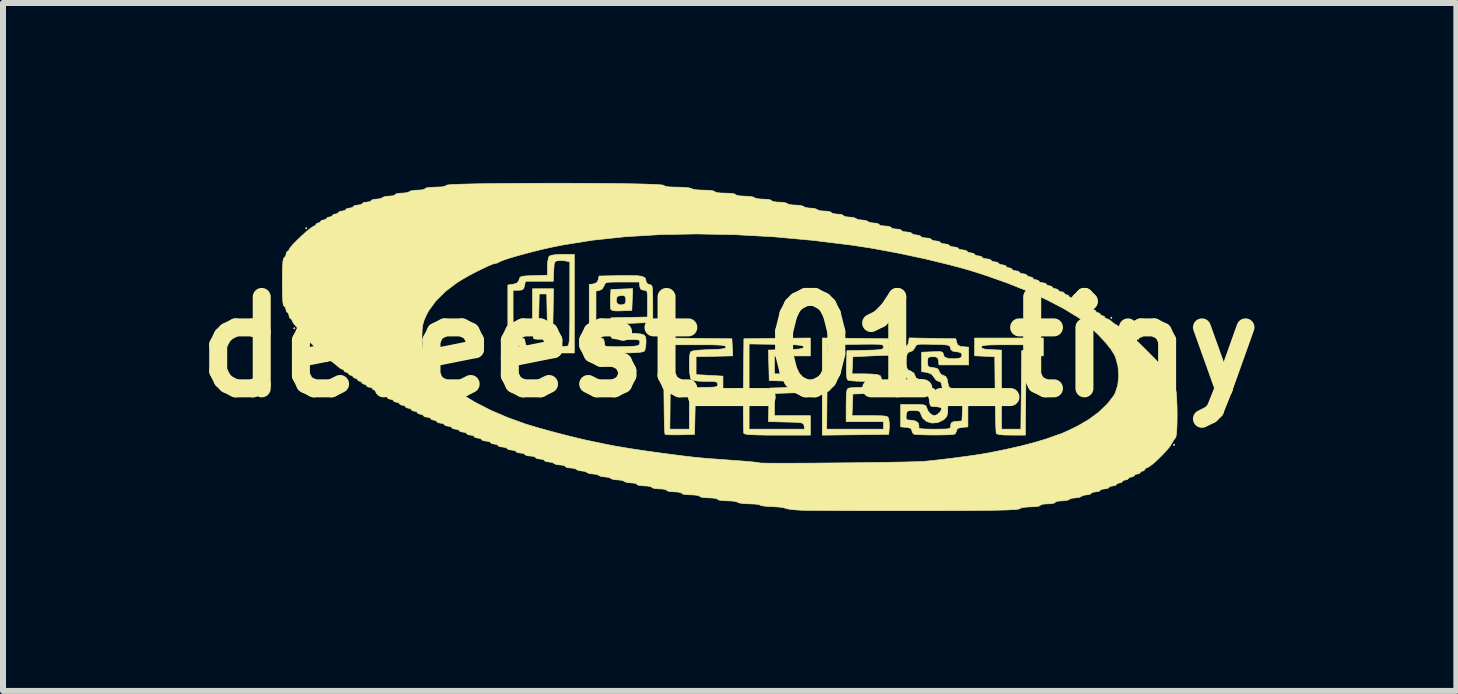
<source format=kicad_pcb>
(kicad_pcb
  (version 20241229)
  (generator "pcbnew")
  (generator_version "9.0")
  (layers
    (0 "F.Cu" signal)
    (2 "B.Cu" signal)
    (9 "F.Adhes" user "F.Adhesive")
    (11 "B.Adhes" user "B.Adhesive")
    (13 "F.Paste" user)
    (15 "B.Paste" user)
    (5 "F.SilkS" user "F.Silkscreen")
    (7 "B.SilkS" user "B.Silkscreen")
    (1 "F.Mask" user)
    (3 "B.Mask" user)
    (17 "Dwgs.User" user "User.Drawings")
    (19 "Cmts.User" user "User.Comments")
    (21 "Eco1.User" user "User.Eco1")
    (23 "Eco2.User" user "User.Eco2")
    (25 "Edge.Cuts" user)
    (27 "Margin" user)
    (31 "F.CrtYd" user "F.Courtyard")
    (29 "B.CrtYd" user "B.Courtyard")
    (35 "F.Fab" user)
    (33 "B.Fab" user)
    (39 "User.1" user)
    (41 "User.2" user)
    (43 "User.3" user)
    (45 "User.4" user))
  (footprint "defeest_01_tiny"
    (layer "F.Cu")
    (at 9.115 2.735)
    (property "Reference" "defeest_01_tiny" (at 0 0 0) (layer "F.SilkS") (effects (font (size 1.524 1.524) (thickness 0.3))))
    (attr through_hole)
    (fp_poly (pts (xy -7.246 -0.311) (xy -7.259 -0.299) (xy -7.271 -0.311) (xy -7.259 -0.324) (xy -7.246 -0.311)) (stroke (width 0.01) (type solid)) (fill yes) (layer "F.SilkS"))
    (fp_poly (pts (xy -7.047 -1.98) (xy -7.06 -1.967) (xy -7.072 -1.98) (xy -7.06 -1.992) (xy -7.047 -1.98)) (stroke (width 0.01) (type solid)) (fill yes) (layer "F.SilkS"))
    (fp_poly (pts (xy -6.699 0.237) (xy -6.711 0.249) (xy -6.724 0.237) (xy -6.711 0.224) (xy -6.699 0.237)) (stroke (width 0.01) (type solid)) (fill yes) (layer "F.SilkS"))
    (fp_poly (pts (xy 6.375 -0.486) (xy 6.362 -0.473) (xy 6.35 -0.486) (xy 6.362 -0.498) (xy 6.375 -0.486)) (stroke (width 0.01) (type solid)) (fill yes) (layer "F.SilkS"))
    (fp_poly (pts (xy 6.574 -0.336) (xy 6.562 -0.324) (xy 6.549 -0.336) (xy 6.562 -0.349) (xy 6.574 -0.336)) (stroke (width 0.01) (type solid)) (fill yes) (layer "F.SilkS"))
    (fp_poly (pts (xy 6.773 -0.187) (xy 6.761 -0.174) (xy 6.748 -0.187) (xy 6.761 -0.199) (xy 6.773 -0.187)) (stroke (width 0.01) (type solid)) (fill yes) (layer "F.SilkS"))
    (fp_poly (pts (xy 6.823 -0.137) (xy 6.811 -0.125) (xy 6.798 -0.137) (xy 6.811 -0.149) (xy 6.823 -0.137)) (stroke (width 0.01) (type solid)) (fill yes) (layer "F.SilkS"))
    (fp_poly (pts (xy 7.222 0.261) (xy 7.209 0.274) (xy 7.197 0.261) (xy 7.209 0.249) (xy 7.222 0.261)) (stroke (width 0.01) (type solid)) (fill yes) (layer "F.SilkS"))
    (fp_poly (pts (xy 7.421 1.631) (xy 7.408 1.644) (xy 7.396 1.631) (xy 7.408 1.619) (xy 7.421 1.631)) (stroke (width 0.01) (type solid)) (fill yes) (layer "F.SilkS"))
    (fp_poly (pts (xy -2.944 -0.554) (xy -2.951 -0.137) (xy -3.101 -0.13) (xy -3.184 -0.129) (xy -3.246 -0.133) (xy -3.269 -0.14) (xy -3.275 -0.17) (xy -3.279 -0.224) (xy -3.189 -0.224) (xy -3.037 -0.224) (xy -3.05 -0.884) (xy -3.175 -0.884) (xy -3.182 -0.554) (xy -3.189 -0.224) (xy -3.279 -0.224) (xy -3.28 -0.24) (xy -3.284 -0.344) (xy -3.287 -0.47) (xy -3.287 -0.564) (xy -3.287 -0.971) (xy -2.937 -0.971) (xy -2.944 -0.554)) (stroke (width 0.01) (type solid)) (fill yes) (layer "F.SilkS"))
    (fp_poly (pts (xy -1.624 -0.792) (xy -1.631 -0.61) (xy -1.8 -0.603) (xy -1.897 -0.601) (xy -1.954 -0.609) (xy -1.98 -0.626) (xy -1.981 -0.63) (xy -1.987 -0.673) (xy -1.989 -0.747) (xy -1.987 -0.812) (xy -1.987 -0.814) (xy -1.888 -0.814) (xy -1.887 -0.743) (xy -1.85 -0.706) (xy -1.799 -0.702) (xy -1.75 -0.716) (xy -1.732 -0.753) (xy -1.731 -0.784) (xy -1.737 -0.837) (xy -1.766 -0.857) (xy -1.805 -0.859) (xy -1.866 -0.847) (xy -1.888 -0.814) (xy -1.987 -0.814) (xy -1.98 -0.959) (xy -1.798 -0.966) (xy -1.616 -0.973) (xy -1.624 -0.792)) (stroke (width 0.01) (type solid)) (fill yes) (layer "F.SilkS"))
    (fp_poly (pts (xy 5.229 0.147) (xy 5.086 0.154) (xy 4.943 0.162) (xy 4.936 0.816) (xy 4.93 1.469) (xy 4.693 1.469) (xy 4.568 1.467) (xy 4.488 1.459) (xy 4.449 1.445) (xy 4.444 1.438) (xy 4.441 1.405) (xy 4.437 1.33) (xy 4.434 1.219) (xy 4.431 1.08) (xy 4.428 0.919) (xy 4.426 0.784) (xy 4.42 0.162) (xy 4.252 0.154) (xy 4.084 0.147) (xy 4.084 0) (xy 4.196 0) (xy 4.208 0.021) (xy 4.25 0.035) (xy 4.33 0.043) (xy 4.364 0.045) (xy 4.532 0.052) (xy 4.532 1.37) (xy 4.855 1.37) (xy 4.862 0.716) (xy 4.868 0.062) (xy 4.993 0.05) (xy 5.074 0.036) (xy 5.113 0.015) (xy 5.117 0) (xy 5.111 -0.013) (xy 5.088 -0.023) (xy 5.042 -0.03) (xy 4.967 -0.034) (xy 4.856 -0.037) (xy 4.704 -0.037) (xy 4.657 -0.037) (xy 4.492 -0.037) (xy 4.371 -0.035) (xy 4.287 -0.031) (xy 4.235 -0.025) (xy 4.206 -0.016) (xy 4.196 -0.004) (xy 4.196 0) (xy 4.084 0) (xy 4.084 -0.149) (xy 5.229 -0.149) (xy 5.229 0.147)) (stroke (width 0.01) (type solid)) (fill yes) (layer "F.SilkS"))
    (fp_poly (pts (xy -2.59 0.1) (xy -3.483 0.1) (xy -3.491 0.031) (xy -3.503 -0.014) (xy -3.535 -0.038) (xy -3.598 -0.05) (xy -3.698 -0.062) (xy -3.698 -0.946) (xy -3.611 -0.946) (xy -3.611 -0.149) (xy -3.511 -0.149) (xy -3.447 -0.146) (xy -3.418 -0.13) (xy -3.412 -0.093) (xy -3.412 -0.089) (xy -3.4 -0.038) (xy -3.38 -0.016) (xy -3.341 -0.011) (xy -3.264 -0.006) (xy -3.162 -0.003) (xy -3.047 -0.002) (xy -2.931 -0.003) (xy -2.828 -0.005) (xy -2.748 -0.009) (xy -2.705 -0.015) (xy -2.704 -0.015) (xy -2.692 -0.024) (xy -2.683 -0.046) (xy -2.676 -0.086) (xy -2.671 -0.148) (xy -2.668 -0.239) (xy -2.666 -0.364) (xy -2.665 -0.528) (xy -2.665 -0.724) (xy -2.665 -1.418) (xy -2.724 -1.433) (xy -2.795 -1.442) (xy -2.854 -1.44) (xy -2.892 -1.433) (xy -2.914 -1.416) (xy -2.926 -1.377) (xy -2.931 -1.305) (xy -2.933 -1.264) (xy -2.941 -1.096) (xy -3.405 -1.096) (xy -3.42 -1.021) (xy -3.437 -0.97) (xy -3.47 -0.95) (xy -3.523 -0.946) (xy -3.611 -0.946) (xy -3.698 -0.946) (xy -3.698 -1.033) (xy -3.612 -1.046) (xy -3.547 -1.065) (xy -3.516 -1.103) (xy -3.511 -1.121) (xy -3.502 -1.15) (xy -3.484 -1.169) (xy -3.447 -1.18) (xy -3.381 -1.186) (xy -3.276 -1.19) (xy -3.267 -1.19) (xy -3.038 -1.197) (xy -3.038 -1.341) (xy -3.033 -1.424) (xy -3.02 -1.489) (xy -3.008 -1.514) (xy -2.966 -1.53) (xy -2.885 -1.541) (xy -2.784 -1.544) (xy -2.59 -1.544) (xy -2.59 0.1)) (stroke (width 0.01) (type solid)) (fill yes) (layer "F.SilkS"))
    (fp_poly (pts (xy 1.345 0.149) (xy 0.747 0.149) (xy 0.747 0.448) (xy 0.971 0.448) (xy 1.077 0.449) (xy 1.144 0.453) (xy 1.181 0.462) (xy 1.2 0.48) (xy 1.209 0.507) (xy 1.217 0.571) (xy 1.216 0.651) (xy 1.216 0.662) (xy 1.208 0.76) (xy 0.747 0.774) (xy 0.747 1.145) (xy 1.345 1.145) (xy 1.345 1.469) (xy 0.796 1.469) (xy 0.606 1.469) (xy 0.461 1.466) (xy 0.356 1.462) (xy 0.287 1.456) (xy 0.248 1.447) (xy 0.235 1.438) (xy 0.233 1.406) (xy 0.232 1.37) (xy 0.324 1.37) (xy 1.249 1.37) (xy 1.241 1.314) (xy 1.235 1.29) (xy 1.22 1.274) (xy 1.187 1.263) (xy 1.128 1.257) (xy 1.034 1.253) (xy 0.939 1.251) (xy 0.646 1.244) (xy 0.66 0.685) (xy 0.89 0.678) (xy 0.999 0.673) (xy 1.067 0.667) (xy 1.104 0.657) (xy 1.118 0.64) (xy 1.121 0.623) (xy 1.116 0.6) (xy 1.096 0.585) (xy 1.052 0.576) (xy 0.974 0.571) (xy 0.89 0.567) (xy 0.66 0.56) (xy 0.646 0.051) (xy 0.939 0.044) (xy 1.067 0.04) (xy 1.153 0.034) (xy 1.204 0.026) (xy 1.228 0.013) (xy 1.233 0) (xy 1.226 -0.014) (xy 1.202 -0.024) (xy 1.154 -0.031) (xy 1.077 -0.037) (xy 0.963 -0.041) (xy 0.806 -0.044) (xy 0.778 -0.044) (xy 0.324 -0.051) (xy 0.324 1.37) (xy 0.232 1.37) (xy 0.231 1.331) (xy 0.229 1.218) (xy 0.228 1.075) (xy 0.228 0.907) (xy 0.229 0.721) (xy 0.23 0.635) (xy 0.237 -0.137) (xy 0.791 -0.144) (xy 1.345 -0.15) (xy 1.345 0.149)) (stroke (width 0.01) (type solid)) (fill yes) (layer "F.SilkS"))
    (fp_poly (pts (xy 0.037 -0.137) (xy 0.052 0.148) (xy -0.254 0.155) (xy -0.56 0.162) (xy -0.56 0.461) (xy -0.336 0.473) (xy -0.112 0.486) (xy -0.112 0.784) (xy -0.342 0.792) (xy -0.571 0.799) (xy -0.578 1.128) (xy -0.585 1.457) (xy -0.823 1.464) (xy -0.927 1.465) (xy -1.012 1.463) (xy -1.066 1.458) (xy -1.078 1.453) (xy -1.082 1.425) (xy -1.085 1.37) (xy -0.997 1.37) (xy -0.672 1.37) (xy -0.672 1.051) (xy -0.67 0.891) (xy -0.663 0.78) (xy -0.65 0.716) (xy -0.642 0.702) (xy -0.6 0.686) (xy -0.517 0.676) (xy -0.406 0.672) (xy -0.304 0.671) (xy -0.243 0.667) (xy -0.211 0.657) (xy -0.2 0.638) (xy -0.199 0.623) (xy -0.203 0.598) (xy -0.222 0.583) (xy -0.265 0.576) (xy -0.342 0.573) (xy -0.406 0.573) (xy -0.521 0.569) (xy -0.603 0.558) (xy -0.642 0.543) (xy -0.656 0.505) (xy -0.666 0.433) (xy -0.671 0.34) (xy -0.672 0.244) (xy -0.668 0.158) (xy -0.658 0.097) (xy -0.652 0.082) (xy -0.616 0.066) (xy -0.53 0.054) (xy -0.395 0.046) (xy -0.348 0.044) (xy -0.222 0.04) (xy -0.138 0.034) (xy -0.088 0.025) (xy -0.066 0.012) (xy -0.062 0) (xy -0.068 -0.013) (xy -0.091 -0.023) (xy -0.137 -0.03) (xy -0.212 -0.034) (xy -0.323 -0.037) (xy -0.476 -0.037) (xy -0.523 -0.037) (xy -0.984 -0.037) (xy -0.99 0.666) (xy -0.997 1.37) (xy -1.085 1.37) (xy -1.086 1.353) (xy -1.09 1.244) (xy -1.092 1.102) (xy -1.094 0.936) (xy -1.096 0.75) (xy -1.096 0.643) (xy -1.096 -0.15) (xy 0.037 -0.137)) (stroke (width 0.01) (type solid)) (fill yes) (layer "F.SilkS"))
    (fp_poly (pts (xy 2.098 -0.144) (xy 2.652 -0.137) (xy 2.652 0.137) (xy 2.353 0.149) (xy 2.054 0.162) (xy 2.047 0.305) (xy 2.039 0.448) (xy 2.26 0.448) (xy 2.382 0.452) (xy 2.467 0.462) (xy 2.51 0.478) (xy 2.51 0.478) (xy 2.528 0.519) (xy 2.539 0.59) (xy 2.54 0.627) (xy 2.538 0.687) (xy 2.527 0.727) (xy 2.499 0.752) (xy 2.446 0.766) (xy 2.358 0.774) (xy 2.241 0.778) (xy 2.054 0.784) (xy 2.047 0.965) (xy 2.04 1.145) (xy 2.339 1.145) (xy 2.465 1.146) (xy 2.551 1.148) (xy 2.603 1.154) (xy 2.632 1.164) (xy 2.646 1.182) (xy 2.653 1.204) (xy 2.661 1.268) (xy 2.661 1.348) (xy 2.66 1.36) (xy 2.652 1.457) (xy 1.544 1.47) (xy 1.544 1.37) (xy 1.618 1.37) (xy 2.565 1.37) (xy 2.565 1.245) (xy 1.942 1.245) (xy 1.942 0.974) (xy 1.944 0.851) (xy 1.948 0.769) (xy 1.956 0.72) (xy 1.97 0.694) (xy 1.982 0.687) (xy 2.024 0.68) (xy 2.101 0.675) (xy 2.199 0.673) (xy 2.231 0.672) (xy 2.333 0.671) (xy 2.395 0.667) (xy 2.427 0.657) (xy 2.439 0.639) (xy 2.44 0.623) (xy 2.437 0.599) (xy 2.419 0.584) (xy 2.377 0.576) (xy 2.302 0.573) (xy 2.223 0.572) (xy 2.12 0.57) (xy 2.036 0.564) (xy 1.982 0.555) (xy 1.972 0.552) (xy 1.956 0.525) (xy 1.948 0.465) (xy 1.946 0.365) (xy 1.948 0.297) (xy 1.955 0.062) (xy 2.26 0.055) (xy 2.388 0.052) (xy 2.474 0.047) (xy 2.526 0.041) (xy 2.554 0.03) (xy 2.564 0.013) (xy 2.565 -0.001) (xy 2.563 -0.019) (xy 2.553 -0.031) (xy 2.527 -0.04) (xy 2.481 -0.045) (xy 2.405 -0.047) (xy 2.296 -0.047) (xy 2.144 -0.045) (xy 2.098 -0.044) (xy 1.631 -0.037) (xy 1.624 0.666) (xy 1.618 1.37) (xy 1.544 1.37) (xy 1.544 -0.15) (xy 2.098 -0.144)) (stroke (width 0.01) (type solid)) (fill yes) (layer "F.SilkS"))
    (fp_poly (pts (xy -1.55 -1.189) (xy -1.473 -1.18) (xy -1.426 -1.163) (xy -1.402 -1.137) (xy -1.395 -1.101) (xy -1.395 -1.094) (xy -1.373 -1.054) (xy -1.338 -1.041) (xy -1.315 -1.036) (xy -1.3 -1.023) (xy -1.29 -0.992) (xy -1.285 -0.937) (xy -1.283 -0.848) (xy -1.282 -0.722) (xy -1.282 -0.411) (xy -1.581 -0.398) (xy -1.88 -0.386) (xy -1.88 -0.237) (xy -1.693 -0.23) (xy -1.567 -0.225) (xy -1.483 -0.217) (xy -1.432 -0.202) (xy -1.406 -0.176) (xy -1.396 -0.134) (xy -1.395 -0.079) (xy -1.4 -0.002) (xy -1.415 0.055) (xy -1.424 0.07) (xy -1.461 0.083) (xy -1.542 0.093) (xy -1.667 0.098) (xy -1.811 0.1) (xy -1.955 0.099) (xy -2.056 0.096) (xy -2.123 0.09) (xy -2.161 0.081) (xy -2.178 0.067) (xy -2.18 0.062) (xy -2.198 0.003) (xy -2.203 -0.012) (xy -2.234 -0.041) (xy -2.278 -0.05) (xy -2.341 -0.05) (xy -2.341 -0.932) (xy -2.229 -0.932) (xy -2.229 -0.162) (xy -2.16 -0.154) (xy -2.108 -0.137) (xy -2.092 -0.097) (xy -2.092 -0.09) (xy -2.085 -0.038) (xy -2.074 -0.016) (xy -2.044 -0.009) (xy -1.974 -0.005) (xy -1.877 -0.004) (xy -1.782 -0.005) (xy -1.662 -0.009) (xy -1.582 -0.014) (xy -1.535 -0.022) (xy -1.511 -0.035) (xy -1.501 -0.055) (xy -1.499 -0.068) (xy -1.497 -0.095) (xy -1.508 -0.112) (xy -1.541 -0.121) (xy -1.606 -0.124) (xy -1.71 -0.125) (xy -1.813 -0.127) (xy -1.898 -0.133) (xy -1.952 -0.142) (xy -1.962 -0.146) (xy -1.982 -0.181) (xy -1.989 -0.256) (xy -1.987 -0.326) (xy -1.98 -0.486) (xy -1.37 -0.5) (xy -1.37 -0.723) (xy -1.37 -0.829) (xy -1.373 -0.894) (xy -1.382 -0.93) (xy -1.399 -0.944) (xy -1.426 -0.946) (xy -1.43 -0.946) (xy -1.477 -0.958) (xy -1.497 -1.001) (xy -1.499 -1.015) (xy -1.507 -1.083) (xy -1.792 -1.083) (xy -1.914 -1.083) (xy -1.996 -1.081) (xy -2.046 -1.075) (xy -2.073 -1.063) (xy -2.085 -1.044) (xy -2.092 -1.022) (xy -2.128 -0.964) (xy -2.167 -0.946) (xy -2.229 -0.932) (xy -2.341 -0.932) (xy -2.341 -1.043) (xy -2.273 -1.05) (xy -2.215 -1.074) (xy -2.191 -1.121) (xy -2.177 -1.183) (xy -1.82 -1.19) (xy -1.664 -1.191) (xy -1.55 -1.189)) (stroke (width 0.01) (type solid)) (fill yes) (layer "F.SilkS"))
    (fp_poly (pts (xy 3.381 -0.144) (xy 3.77 -0.137) (xy 3.785 -0.075) (xy 3.805 -0.031) (xy 3.849 -0.01) (xy 3.892 -0.005) (xy 3.984 0.003) (xy 3.984 0.299) (xy 3.49 0.299) (xy 3.482 0.23) (xy 3.47 0.184) (xy 3.438 0.165) (xy 3.387 0.162) (xy 3.328 0.166) (xy 3.304 0.187) (xy 3.3 0.242) (xy 3.3 0.249) (xy 3.303 0.307) (xy 3.325 0.333) (xy 3.38 0.343) (xy 3.391 0.344) (xy 3.456 0.356) (xy 3.485 0.384) (xy 3.491 0.405) (xy 3.521 0.455) (xy 3.561 0.473) (xy 3.604 0.493) (xy 3.627 0.537) (xy 3.636 0.586) (xy 3.649 0.651) (xy 3.673 0.682) (xy 3.717 0.693) (xy 3.771 0.712) (xy 3.785 0.747) (xy 3.798 0.78) (xy 3.842 0.797) (xy 3.878 0.802) (xy 3.972 0.809) (xy 3.972 1.332) (xy 3.878 1.34) (xy 3.814 1.352) (xy 3.787 1.377) (xy 3.785 1.393) (xy 3.766 1.439) (xy 3.746 1.454) (xy 3.706 1.46) (xy 3.628 1.464) (xy 3.526 1.466) (xy 3.411 1.467) (xy 3.295 1.466) (xy 3.192 1.463) (xy 3.113 1.459) (xy 3.07 1.453) (xy 3.069 1.453) (xy 3.043 1.42) (xy 3.038 1.394) (xy 3.025 1.361) (xy 2.98 1.344) (xy 2.945 1.34) (xy 2.851 1.332) (xy 2.851 1.194) (xy 2.942 1.194) (xy 2.961 1.216) (xy 3.016 1.22) (xy 3.021 1.22) (xy 3.098 1.234) (xy 3.146 1.27) (xy 3.157 1.321) (xy 3.154 1.332) (xy 3.154 1.349) (xy 3.174 1.36) (xy 3.222 1.366) (xy 3.306 1.369) (xy 3.412 1.37) (xy 3.532 1.369) (xy 3.61 1.367) (xy 3.656 1.361) (xy 3.678 1.349) (xy 3.685 1.329) (xy 3.685 1.309) (xy 3.693 1.268) (xy 3.724 1.248) (xy 3.779 1.24) (xy 3.872 1.233) (xy 3.88 1.077) (xy 3.887 0.921) (xy 3.797 0.921) (xy 3.734 0.915) (xy 3.7 0.888) (xy 3.682 0.848) (xy 3.644 0.787) (xy 3.603 0.767) (xy 3.564 0.751) (xy 3.546 0.706) (xy 3.541 0.666) (xy 3.529 0.602) (xy 3.505 0.575) (xy 3.486 0.573) (xy 3.441 0.552) (xy 3.406 0.504) (xy 3.362 0.449) (xy 3.289 0.424) (xy 3.287 0.423) (xy 3.2 0.411) (xy 3.2 0.087) (xy 3.38 0.08) (xy 3.474 0.077) (xy 3.528 0.08) (xy 3.553 0.092) (xy 3.561 0.114) (xy 3.561 0.123) (xy 3.583 0.169) (xy 3.65 0.194) (xy 3.761 0.196) (xy 3.775 0.195) (xy 3.84 0.184) (xy 3.868 0.162) (xy 3.872 0.137) (xy 3.861 0.102) (xy 3.82 0.084) (xy 3.78 0.08) (xy 3.716 0.068) (xy 3.687 0.04) (xy 3.681 0.017) (xy 3.675 -0.006) (xy 3.659 -0.022) (xy 3.624 -0.033) (xy 3.561 -0.039) (xy 3.462 -0.043) (xy 3.393 -0.044) (xy 3.271 -0.047) (xy 3.19 -0.047) (xy 3.141 -0.042) (xy 3.113 -0.031) (xy 3.098 -0.011) (xy 3.088 0.012) (xy 3.051 0.063) (xy 3.014 0.075) (xy 2.968 0.097) (xy 2.944 0.164) (xy 2.942 0.273) (xy 2.943 0.288) (xy 2.955 0.354) (xy 2.981 0.387) (xy 3.012 0.398) (xy 3.07 0.435) (xy 3.088 0.474) (xy 3.108 0.517) (xy 3.153 0.538) (xy 3.195 0.543) (xy 3.257 0.553) (xy 3.283 0.576) (xy 3.287 0.608) (xy 3.3 0.654) (xy 3.349 0.678) (xy 3.36 0.681) (xy 3.41 0.698) (xy 3.433 0.732) (xy 3.441 0.79) (xy 3.45 0.852) (xy 3.474 0.88) (xy 3.528 0.89) (xy 3.542 0.892) (xy 3.636 0.899) (xy 3.636 1.03) (xy 3.632 1.111) (xy 3.617 1.161) (xy 3.582 1.2) (xy 3.562 1.216) (xy 3.469 1.261) (xy 3.372 1.268) (xy 3.284 1.242) (xy 3.217 1.186) (xy 3.183 1.108) (xy 3.169 1.076) (xy 3.131 1.062) (xy 3.063 1.058) (xy 2.994 1.061) (xy 2.96 1.074) (xy 2.947 1.109) (xy 2.943 1.139) (xy 2.942 1.194) (xy 2.851 1.194) (xy 2.851 0.959) (xy 3.063 0.959) (xy 3.166 0.96) (xy 3.23 0.964) (xy 3.264 0.975) (xy 3.279 0.994) (xy 3.283 1.009) (xy 3.312 1.076) (xy 3.361 1.127) (xy 3.412 1.145) (xy 3.462 1.126) (xy 3.51 1.082) (xy 3.535 1.033) (xy 3.536 1.025) (xy 3.513 1.006) (xy 3.453 0.996) (xy 3.438 0.996) (xy 3.375 0.993) (xy 3.345 0.975) (xy 3.334 0.928) (xy 3.332 0.904) (xy 3.32 0.838) (xy 3.291 0.806) (xy 3.263 0.797) (xy 3.206 0.76) (xy 3.187 0.721) (xy 3.167 0.678) (xy 3.121 0.657) (xy 3.082 0.652) (xy 3.02 0.641) (xy 2.992 0.615) (xy 2.984 0.579) (xy 2.96 0.521) (xy 2.914 0.498) (xy 2.885 0.489) (xy 2.866 0.472) (xy 2.855 0.436) (xy 2.849 0.372) (xy 2.845 0.271) (xy 2.844 0.243) (xy 2.837 0.003) (xy 2.906 -0.004) (xy 2.96 -0.022) (xy 2.982 -0.068) (xy 2.984 -0.082) (xy 2.992 -0.151) (xy 3.381 -0.144)) (stroke (width 0.01) (type solid)) (fill yes) (layer "F.SilkS"))
    (fp_poly (pts (xy -2.752 -2.73) (xy -2.495 -2.729) (xy -2.245 -2.728) (xy -2.008 -2.726) (xy -1.788 -2.723) (xy -1.591 -2.72) (xy -1.42 -2.716) (xy -1.281 -2.711) (xy -1.179 -2.706) (xy -1.118 -2.7) (xy -1.102 -2.696) (xy -1.076 -2.679) (xy -1.01 -2.669) (xy -0.9 -2.665) (xy -0.871 -2.665) (xy -0.771 -2.662) (xy -0.691 -2.655) (xy -0.643 -2.645) (xy -0.635 -2.64) (xy -0.604 -2.628) (xy -0.537 -2.619) (xy -0.448 -2.615) (xy -0.434 -2.615) (xy -0.341 -2.612) (xy -0.276 -2.603) (xy -0.249 -2.591) (xy -0.249 -2.59) (xy -0.226 -2.577) (xy -0.164 -2.568) (xy -0.075 -2.565) (xy -0.075 -2.565) (xy 0.015 -2.562) (xy 0.076 -2.553) (xy 0.1 -2.54) (xy 0.1 -2.54) (xy 0.122 -2.527) (xy 0.181 -2.518) (xy 0.248 -2.515) (xy 0.329 -2.511) (xy 0.389 -2.501) (xy 0.411 -2.49) (xy 0.442 -2.476) (xy 0.507 -2.467) (xy 0.562 -2.465) (xy 0.636 -2.461) (xy 0.686 -2.45) (xy 0.697 -2.44) (xy 0.72 -2.426) (xy 0.777 -2.417) (xy 0.82 -2.415) (xy 0.895 -2.411) (xy 0.946 -2.399) (xy 0.959 -2.391) (xy 0.991 -2.376) (xy 1.055 -2.367) (xy 1.096 -2.366) (xy 1.17 -2.361) (xy 1.221 -2.349) (xy 1.233 -2.341) (xy 1.265 -2.325) (xy 1.327 -2.316) (xy 1.345 -2.316) (xy 1.411 -2.31) (xy 1.452 -2.295) (xy 1.457 -2.291) (xy 1.489 -2.276) (xy 1.552 -2.267) (xy 1.583 -2.266) (xy 1.649 -2.261) (xy 1.689 -2.248) (xy 1.693 -2.241) (xy 1.715 -2.226) (xy 1.771 -2.217) (xy 1.793 -2.216) (xy 1.855 -2.211) (xy 1.89 -2.197) (xy 1.893 -2.191) (xy 1.915 -2.176) (xy 1.97 -2.167) (xy 1.991 -2.166) (xy 2.057 -2.161) (xy 2.099 -2.146) (xy 2.104 -2.142) (xy 2.137 -2.125) (xy 2.198 -2.117) (xy 2.204 -2.117) (xy 2.265 -2.11) (xy 2.302 -2.094) (xy 2.303 -2.092) (xy 2.337 -2.075) (xy 2.397 -2.067) (xy 2.405 -2.067) (xy 2.462 -2.061) (xy 2.49 -2.045) (xy 2.49 -2.042) (xy 2.512 -2.026) (xy 2.567 -2.018) (xy 2.59 -2.017) (xy 2.652 -2.012) (xy 2.687 -1.998) (xy 2.689 -1.992) (xy 2.711 -1.976) (xy 2.765 -1.967) (xy 2.777 -1.967) (xy 2.834 -1.961) (xy 2.863 -1.946) (xy 2.864 -1.942) (xy 2.886 -1.926) (xy 2.939 -1.918) (xy 2.951 -1.917) (xy 3.008 -1.911) (xy 3.037 -1.896) (xy 3.038 -1.893) (xy 3.06 -1.875) (xy 3.112 -1.868) (xy 3.113 -1.868) (xy 3.165 -1.86) (xy 3.187 -1.843) (xy 3.187 -1.843) (xy 3.209 -1.826) (xy 3.263 -1.818) (xy 3.275 -1.818) (xy 3.332 -1.812) (xy 3.361 -1.796) (xy 3.362 -1.793) (xy 3.383 -1.775) (xy 3.436 -1.768) (xy 3.436 -1.768) (xy 3.489 -1.761) (xy 3.511 -1.743) (xy 3.511 -1.743) (xy 3.533 -1.726) (xy 3.585 -1.718) (xy 3.586 -1.718) (xy 3.638 -1.711) (xy 3.661 -1.694) (xy 3.661 -1.693) (xy 3.682 -1.676) (xy 3.734 -1.668) (xy 3.735 -1.668) (xy 3.788 -1.661) (xy 3.81 -1.644) (xy 3.81 -1.644) (xy 3.832 -1.626) (xy 3.884 -1.619) (xy 3.885 -1.619) (xy 3.937 -1.611) (xy 3.959 -1.594) (xy 3.959 -1.594) (xy 3.981 -1.575) (xy 4.022 -1.569) (xy 4.068 -1.56) (xy 4.084 -1.544) (xy 4.105 -1.525) (xy 4.146 -1.519) (xy 4.193 -1.51) (xy 4.208 -1.494) (xy 4.23 -1.477) (xy 4.282 -1.469) (xy 4.283 -1.469) (xy 4.336 -1.462) (xy 4.358 -1.445) (xy 4.358 -1.444) (xy 4.379 -1.426) (xy 4.42 -1.419) (xy 4.467 -1.411) (xy 4.482 -1.395) (xy 4.504 -1.376) (xy 4.545 -1.37) (xy 4.591 -1.361) (xy 4.607 -1.345) (xy 4.628 -1.324) (xy 4.657 -1.32) (xy 4.697 -1.309) (xy 4.706 -1.295) (xy 4.728 -1.276) (xy 4.769 -1.27) (xy 4.816 -1.261) (xy 4.831 -1.245) (xy 4.852 -1.226) (xy 4.893 -1.22) (xy 4.94 -1.212) (xy 4.955 -1.195) (xy 4.976 -1.175) (xy 5.005 -1.17) (xy 5.046 -1.16) (xy 5.055 -1.145) (xy 5.076 -1.125) (xy 5.105 -1.121) (xy 5.145 -1.11) (xy 5.155 -1.096) (xy 5.176 -1.077) (xy 5.217 -1.071) (xy 5.264 -1.062) (xy 5.279 -1.046) (xy 5.3 -1.026) (xy 5.329 -1.021) (xy 5.369 -1.011) (xy 5.379 -0.996) (xy 5.4 -0.976) (xy 5.429 -0.971) (xy 5.469 -0.961) (xy 5.478 -0.946) (xy 5.499 -0.926) (xy 5.528 -0.921) (xy 5.569 -0.911) (xy 5.578 -0.896) (xy 5.598 -0.874) (xy 5.615 -0.872) (xy 5.649 -0.858) (xy 5.653 -0.847) (xy 5.674 -0.826) (xy 5.703 -0.822) (xy 5.743 -0.811) (xy 5.752 -0.797) (xy 5.773 -0.777) (xy 5.802 -0.772) (xy 5.843 -0.762) (xy 5.852 -0.747) (xy 5.872 -0.725) (xy 5.889 -0.722) (xy 5.922 -0.709) (xy 5.927 -0.697) (xy 5.948 -0.677) (xy 5.976 -0.672) (xy 6.017 -0.662) (xy 6.026 -0.647) (xy 6.046 -0.625) (xy 6.064 -0.623) (xy 6.097 -0.609) (xy 6.101 -0.598) (xy 6.121 -0.576) (xy 6.138 -0.573) (xy 6.171 -0.559) (xy 6.176 -0.548) (xy 6.196 -0.526) (xy 6.213 -0.523) (xy 6.246 -0.509) (xy 6.25 -0.498) (xy 6.27 -0.475) (xy 6.283 -0.473) (xy 6.324 -0.457) (xy 6.369 -0.423) (xy 6.412 -0.388) (xy 6.436 -0.374) (xy 6.464 -0.358) (xy 6.514 -0.32) (xy 6.573 -0.269) (xy 6.588 -0.255) (xy 6.623 -0.229) (xy 6.635 -0.224) (xy 6.666 -0.206) (xy 6.728 -0.155) (xy 6.818 -0.072) (xy 6.931 0.038) (xy 6.983 0.09) (xy 7.091 0.2) (xy 7.167 0.28) (xy 7.215 0.338) (xy 7.24 0.376) (xy 7.246 0.399) (xy 7.265 0.423) (xy 7.271 0.423) (xy 7.293 0.444) (xy 7.296 0.461) (xy 7.31 0.494) (xy 7.321 0.498) (xy 7.343 0.518) (xy 7.346 0.535) (xy 7.36 0.569) (xy 7.371 0.573) (xy 7.391 0.594) (xy 7.396 0.62) (xy 7.41 0.665) (xy 7.427 0.679) (xy 7.438 0.706) (xy 7.447 0.773) (xy 7.453 0.869) (xy 7.458 0.984) (xy 7.46 1.109) (xy 7.459 1.233) (xy 7.456 1.345) (xy 7.45 1.436) (xy 7.441 1.496) (xy 7.433 1.514) (xy 7.406 1.547) (xy 7.373 1.603) (xy 7.372 1.606) (xy 7.334 1.665) (xy 7.272 1.738) (xy 7.197 1.818) (xy 7.117 1.895) (xy 7.042 1.96) (xy 6.981 2.003) (xy 6.947 2.017) (xy 6.923 2.036) (xy 6.923 2.042) (xy 6.903 2.064) (xy 6.885 2.067) (xy 6.852 2.08) (xy 6.848 2.092) (xy 6.827 2.112) (xy 6.798 2.117) (xy 6.758 2.127) (xy 6.748 2.142) (xy 6.728 2.162) (xy 6.699 2.166) (xy 6.658 2.177) (xy 6.649 2.191) (xy 6.628 2.212) (xy 6.599 2.216) (xy 6.559 2.227) (xy 6.549 2.241) (xy 6.528 2.261) (xy 6.499 2.266) (xy 6.459 2.277) (xy 6.45 2.291) (xy 6.428 2.31) (xy 6.387 2.316) (xy 6.341 2.324) (xy 6.325 2.341) (xy 6.303 2.358) (xy 6.251 2.366) (xy 6.25 2.366) (xy 6.198 2.373) (xy 6.176 2.39) (xy 6.176 2.391) (xy 6.154 2.408) (xy 6.102 2.415) (xy 6.101 2.415) (xy 6.049 2.423) (xy 6.026 2.44) (xy 6.026 2.44) (xy 6.005 2.458) (xy 5.953 2.465) (xy 5.896 2.473) (xy 5.864 2.49) (xy 5.831 2.507) (xy 5.771 2.515) (xy 5.765 2.515) (xy 5.703 2.522) (xy 5.667 2.538) (xy 5.665 2.54) (xy 5.633 2.555) (xy 5.57 2.564) (xy 5.539 2.565) (xy 5.473 2.57) (xy 5.433 2.583) (xy 5.429 2.59) (xy 5.406 2.604) (xy 5.349 2.613) (xy 5.304 2.615) (xy 5.233 2.619) (xy 5.188 2.631) (xy 5.18 2.64) (xy 5.157 2.653) (xy 5.097 2.662) (xy 5.023 2.665) (xy 4.928 2.67) (xy 4.859 2.683) (xy 4.835 2.696) (xy 4.818 2.702) (xy 4.779 2.708) (xy 4.716 2.712) (xy 4.624 2.717) (xy 4.502 2.72) (xy 4.347 2.723) (xy 4.155 2.725) (xy 3.923 2.727) (xy 3.65 2.728) (xy 3.331 2.729) (xy 3.13 2.729) (xy 2.838 2.729) (xy 2.555 2.729) (xy 2.285 2.729) (xy 2.034 2.728) (xy 1.806 2.727) (xy 1.607 2.726) (xy 1.441 2.725) (xy 1.313 2.724) (xy 1.228 2.722) (xy 1.209 2.722) (xy 1.101 2.716) (xy 1.011 2.707) (xy 0.951 2.696) (xy 0.934 2.69) (xy 0.898 2.679) (xy 0.826 2.669) (xy 0.733 2.663) (xy 0.714 2.662) (xy 0.621 2.657) (xy 0.549 2.649) (xy 0.511 2.638) (xy 0.508 2.636) (xy 0.479 2.625) (xy 0.413 2.618) (xy 0.326 2.615) (xy 0.324 2.615) (xy 0.236 2.611) (xy 0.169 2.602) (xy 0.137 2.59) (xy 0.137 2.59) (xy 0.106 2.577) (xy 0.04 2.568) (xy -0.039 2.565) (xy -0.123 2.561) (xy -0.18 2.552) (xy -0.199 2.54) (xy -0.222 2.527) (xy -0.281 2.518) (xy -0.349 2.515) (xy -0.428 2.511) (xy -0.482 2.501) (xy -0.498 2.49) (xy -0.521 2.477) (xy -0.58 2.468) (xy -0.647 2.465) (xy -0.727 2.462) (xy -0.781 2.452) (xy -0.797 2.44) (xy -0.819 2.426) (xy -0.877 2.417) (xy -0.921 2.415) (xy -0.992 2.411) (xy -1.037 2.4) (xy -1.046 2.391) (xy -1.068 2.376) (xy -1.126 2.367) (xy -1.17 2.366) (xy -1.241 2.361) (xy -1.286 2.35) (xy -1.295 2.341) (xy -1.317 2.327) (xy -1.375 2.318) (xy -1.419 2.316) (xy -1.49 2.311) (xy -1.536 2.3) (xy -1.544 2.291) (xy -1.566 2.275) (xy -1.621 2.267) (xy -1.642 2.266) (xy -1.708 2.26) (xy -1.751 2.246) (xy -1.756 2.241) (xy -1.788 2.225) (xy -1.85 2.217) (xy -1.868 2.216) (xy -1.933 2.21) (xy -1.975 2.196) (xy -1.98 2.191) (xy -2.013 2.174) (xy -2.073 2.167) (xy -2.079 2.166) (xy -2.141 2.16) (xy -2.178 2.143) (xy -2.179 2.142) (xy -2.212 2.125) (xy -2.272 2.117) (xy -2.279 2.117) (xy -2.34 2.11) (xy -2.377 2.094) (xy -2.378 2.092) (xy -2.412 2.074) (xy -2.465 2.067) (xy -2.522 2.059) (xy -2.552 2.042) (xy -2.586 2.025) (xy -2.646 2.017) (xy -2.654 2.017) (xy -2.711 2.011) (xy -2.739 1.995) (xy -2.739 1.992) (xy -2.761 1.976) (xy -2.815 1.967) (xy -2.825 1.967) (xy -2.887 1.961) (xy -2.924 1.945) (xy -2.926 1.942) (xy -2.96 1.924) (xy -3.015 1.917) (xy -3.066 1.91) (xy -3.088 1.893) (xy -3.109 1.875) (xy -3.162 1.868) (xy -3.163 1.868) (xy -3.215 1.86) (xy -3.237 1.843) (xy -3.237 1.843) (xy -3.259 1.826) (xy -3.313 1.818) (xy -3.324 1.818) (xy -3.382 1.812) (xy -3.411 1.796) (xy -3.412 1.793) (xy -3.433 1.775) (xy -3.485 1.768) (xy -3.486 1.768) (xy -3.539 1.761) (xy -3.561 1.743) (xy -3.561 1.743) (xy -3.583 1.726) (xy -3.635 1.718) (xy -3.636 1.718) (xy -3.688 1.711) (xy -3.71 1.694) (xy -3.71 1.693) (xy -3.732 1.676) (xy -3.784 1.668) (xy -3.785 1.668) (xy -3.838 1.661) (xy -3.86 1.644) (xy -3.86 1.644) (xy -3.881 1.625) (xy -3.922 1.619) (xy -3.969 1.61) (xy -3.984 1.594) (xy -4.006 1.576) (xy -4.058 1.569) (xy -4.059 1.569) (xy -4.111 1.562) (xy -4.134 1.544) (xy -4.134 1.544) (xy -4.155 1.525) (xy -4.196 1.519) (xy -4.243 1.51) (xy -4.258 1.494) (xy -4.28 1.475) (xy -4.32 1.469) (xy -4.367 1.461) (xy -4.383 1.444) (xy -4.404 1.426) (xy -4.445 1.419) (xy -4.492 1.411) (xy -4.507 1.395) (xy -4.529 1.376) (xy -4.57 1.37) (xy -4.616 1.361) (xy -4.632 1.345) (xy -4.653 1.326) (xy -4.694 1.32) (xy -4.741 1.311) (xy -4.756 1.295) (xy -4.778 1.276) (xy -4.819 1.27) (xy -4.865 1.261) (xy -4.881 1.245) (xy -4.902 1.225) (xy -4.931 1.22) (xy -4.971 1.21) (xy -4.98 1.195) (xy -5.002 1.177) (xy -5.043 1.17) (xy -5.089 1.162) (xy -5.105 1.145) (xy -5.126 1.125) (xy -5.155 1.121) (xy -5.195 1.11) (xy -5.205 1.096) (xy -5.225 1.075) (xy -5.254 1.071) (xy -5.295 1.06) (xy -5.304 1.046) (xy -5.325 1.026) (xy -5.354 1.021) (xy -5.394 1.011) (xy -5.404 0.996) (xy -5.425 0.976) (xy -5.454 0.971) (xy -5.494 0.961) (xy -5.503 0.946) (xy -5.524 0.926) (xy -5.553 0.921) (xy -5.594 0.911) (xy -5.603 0.896) (xy -5.624 0.876) (xy -5.653 0.872) (xy -5.693 0.861) (xy -5.703 0.847) (xy -5.723 0.825) (xy -5.74 0.822) (xy -5.773 0.808) (xy -5.777 0.797) (xy -5.798 0.777) (xy -5.827 0.772) (xy -5.868 0.762) (xy -5.877 0.747) (xy -5.897 0.725) (xy -5.914 0.722) (xy -5.947 0.709) (xy -5.952 0.697) (xy -5.972 0.677) (xy -6.001 0.672) (xy -6.042 0.662) (xy -6.051 0.647) (xy -6.071 0.625) (xy -6.089 0.623) (xy -6.122 0.609) (xy -6.126 0.598) (xy -6.146 0.576) (xy -6.163 0.573) (xy -6.196 0.559) (xy -6.201 0.548) (xy -6.221 0.526) (xy -6.238 0.523) (xy -6.271 0.509) (xy -6.275 0.498) (xy -6.295 0.476) (xy -6.313 0.473) (xy -6.346 0.46) (xy -6.35 0.448) (xy -6.37 0.426) (xy -6.387 0.423) (xy -6.42 0.41) (xy -6.425 0.398) (xy -6.444 0.375) (xy -6.451 0.374) (xy -6.491 0.358) (xy -6.51 0.342) (xy -6.549 0.308) (xy -6.608 0.261) (xy -6.624 0.249) (xy -6.832 0.079) (xy -7.017 -0.098) (xy -7.076 -0.166) (xy -5.13 -0.166) (xy -5.127 -0.042) (xy -5.114 0.054) (xy -5.087 0.138) (xy -5.039 0.229) (xy -4.976 0.327) (xy -4.853 0.478) (xy -4.687 0.629) (xy -4.482 0.778) (xy -4.244 0.922) (xy -3.98 1.057) (xy -3.695 1.179) (xy -3.395 1.287) (xy -3.194 1.347) (xy -3.107 1.371) (xy -3.032 1.392) (xy -2.919 1.423) (xy -2.781 1.459) (xy -2.633 1.496) (xy -2.493 1.53) (xy -2.376 1.557) (xy -2.328 1.567) (xy -2.227 1.588) (xy -2.129 1.608) (xy -2.079 1.619) (xy -1.904 1.653) (xy -1.683 1.69) (xy -1.423 1.73) (xy -1.127 1.771) (xy -0.802 1.813) (xy -0.772 1.817) (xy -0.671 1.829) (xy -0.58 1.839) (xy -0.489 1.848) (xy -0.388 1.857) (xy -0.268 1.866) (xy -0.118 1.877) (xy 0.071 1.891) (xy 0.086 1.892) (xy 0.221 1.902) (xy 0.339 1.912) (xy 0.429 1.921) (xy 0.484 1.929) (xy 0.496 1.932) (xy 0.523 1.935) (xy 0.594 1.936) (xy 0.704 1.938) (xy 0.847 1.938) (xy 1.018 1.938) (xy 1.211 1.937) (xy 1.421 1.936) (xy 1.643 1.934) (xy 1.87 1.932) (xy 2.097 1.93) (xy 2.319 1.927) (xy 2.53 1.924) (xy 2.725 1.921) (xy 2.898 1.918) (xy 3.044 1.914) (xy 3.157 1.911) (xy 3.231 1.908) (xy 3.25 1.906) (xy 3.391 1.892) (xy 3.557 1.873) (xy 3.737 1.851) (xy 3.916 1.827) (xy 4.083 1.804) (xy 4.224 1.782) (xy 4.32 1.765) (xy 4.604 1.708) (xy 4.863 1.649) (xy 5.089 1.59) (xy 5.275 1.534) (xy 5.329 1.515) (xy 5.413 1.485) (xy 5.484 1.46) (xy 5.516 1.45) (xy 5.558 1.433) (xy 5.633 1.399) (xy 5.729 1.353) (xy 5.807 1.315) (xy 5.99 1.208) (xy 6.157 1.084) (xy 6.296 0.951) (xy 6.4 0.817) (xy 6.426 0.772) (xy 6.47 0.639) (xy 6.487 0.484) (xy 6.474 0.322) (xy 6.434 0.173) (xy 6.414 0.128) (xy 6.354 0.033) (xy 6.263 -0.08) (xy 6.15 -0.201) (xy 6.026 -0.32) (xy 5.9 -0.427) (xy 5.809 -0.494) (xy 5.57 -0.64) (xy 5.288 -0.787) (xy 4.97 -0.931) (xy 4.62 -1.07) (xy 4.32 -1.176) (xy 4.189 -1.22) (xy 4.089 -1.252) (xy 4.005 -1.278) (xy 3.922 -1.302) (xy 3.824 -1.329) (xy 3.697 -1.362) (xy 3.673 -1.369) (xy 3.249 -1.472) (xy 2.807 -1.566) (xy 2.368 -1.647) (xy 2.054 -1.696) (xy 1.388 -1.778) (xy 0.729 -1.838) (xy 0.082 -1.873) (xy -0.548 -1.885) (xy -1.155 -1.874) (xy -1.735 -1.839) (xy -2.283 -1.781) (xy -2.794 -1.699) (xy -2.976 -1.662) (xy -3.125 -1.629) (xy -3.28 -1.59) (xy -3.432 -1.55) (xy -3.572 -1.511) (xy -3.692 -1.475) (xy -3.783 -1.444) (xy -3.838 -1.421) (xy -3.846 -1.415) (xy -3.892 -1.395) (xy -3.903 -1.395) (xy -3.948 -1.383) (xy -4.025 -1.351) (xy -4.126 -1.304) (xy -4.238 -1.248) (xy -4.353 -1.187) (xy -4.46 -1.126) (xy -4.541 -1.076) (xy -4.736 -0.929) (xy -4.898 -0.769) (xy -5.019 -0.603) (xy -5.055 -0.535) (xy -5.094 -0.448) (xy -5.116 -0.372) (xy -5.127 -0.288) (xy -5.13 -0.175) (xy -5.13 -0.166) (xy -7.076 -0.166) (xy -7.147 -0.246) (xy -7.201 -0.312) (xy -7.247 -0.366) (xy -7.265 -0.387) (xy -7.292 -0.429) (xy -7.296 -0.446) (xy -7.314 -0.472) (xy -7.321 -0.473) (xy -7.341 -0.494) (xy -7.346 -0.523) (xy -7.357 -0.563) (xy -7.371 -0.573) (xy -7.391 -0.594) (xy -7.396 -0.62) (xy -7.41 -0.665) (xy -7.427 -0.679) (xy -7.44 -0.697) (xy -7.449 -0.745) (xy -7.454 -0.829) (xy -7.457 -0.954) (xy -7.458 -1.083) (xy -7.457 -1.243) (xy -7.453 -1.359) (xy -7.447 -1.434) (xy -7.437 -1.476) (xy -7.427 -1.488) (xy -7.401 -1.518) (xy -7.396 -1.546) (xy -7.385 -1.585) (xy -7.371 -1.594) (xy -7.347 -1.613) (xy -7.346 -1.622) (xy -7.328 -1.654) (xy -7.281 -1.71) (xy -7.214 -1.778) (xy -7.137 -1.852) (xy -7.06 -1.921) (xy -6.991 -1.977) (xy -6.94 -2.011) (xy -6.922 -2.017) (xy -6.899 -2.036) (xy -6.898 -2.042) (xy -6.878 -2.064) (xy -6.86 -2.067) (xy -6.827 -2.08) (xy -6.823 -2.092) (xy -6.802 -2.112) (xy -6.773 -2.117) (xy -6.733 -2.127) (xy -6.724 -2.142) (xy -6.703 -2.162) (xy -6.674 -2.166) (xy -6.633 -2.177) (xy -6.624 -2.191) (xy -6.603 -2.212) (xy -6.574 -2.216) (xy -6.534 -2.227) (xy -6.524 -2.241) (xy -6.503 -2.26) (xy -6.462 -2.266) (xy -6.415 -2.275) (xy -6.4 -2.291) (xy -6.378 -2.31) (xy -6.338 -2.316) (xy -6.291 -2.324) (xy -6.275 -2.341) (xy -6.254 -2.358) (xy -6.202 -2.366) (xy -6.201 -2.366) (xy -6.148 -2.373) (xy -6.126 -2.39) (xy -6.126 -2.391) (xy -6.104 -2.408) (xy -6.052 -2.415) (xy -6.051 -2.415) (xy -5.999 -2.423) (xy -5.976 -2.44) (xy -5.976 -2.44) (xy -5.955 -2.457) (xy -5.901 -2.465) (xy -5.891 -2.465) (xy -5.829 -2.472) (xy -5.791 -2.488) (xy -5.79 -2.49) (xy -5.757 -2.506) (xy -5.695 -2.515) (xy -5.676 -2.515) (xy -5.614 -2.521) (xy -5.58 -2.535) (xy -5.578 -2.54) (xy -5.556 -2.555) (xy -5.5 -2.564) (xy -5.467 -2.565) (xy -5.397 -2.57) (xy -5.35 -2.583) (xy -5.341 -2.59) (xy -5.31 -2.604) (xy -5.245 -2.613) (xy -5.203 -2.615) (xy -5.132 -2.619) (xy -5.088 -2.631) (xy -5.08 -2.64) (xy -5.057 -2.652) (xy -4.995 -2.661) (xy -4.908 -2.665) (xy -4.799 -2.669) (xy -4.739 -2.683) (xy -4.725 -2.696) (xy -4.699 -2.702) (xy -4.628 -2.708) (xy -4.516 -2.713) (xy -4.369 -2.717) (xy -4.192 -2.721) (xy -3.988 -2.724) (xy -3.764 -2.726) (xy -3.523 -2.728) (xy -3.271 -2.729) (xy -3.013 -2.73) (xy -2.752 -2.73)) (stroke (width 0.01) (type solid)) (fill yes) (layer "F.SilkS")))
  (gr_rect
    (start -3 -3)
    (end 21.23 8.469)
    (stroke (width 0.1) (type default))
    (fill no)
    (layer "Edge.Cuts")))
</source>
